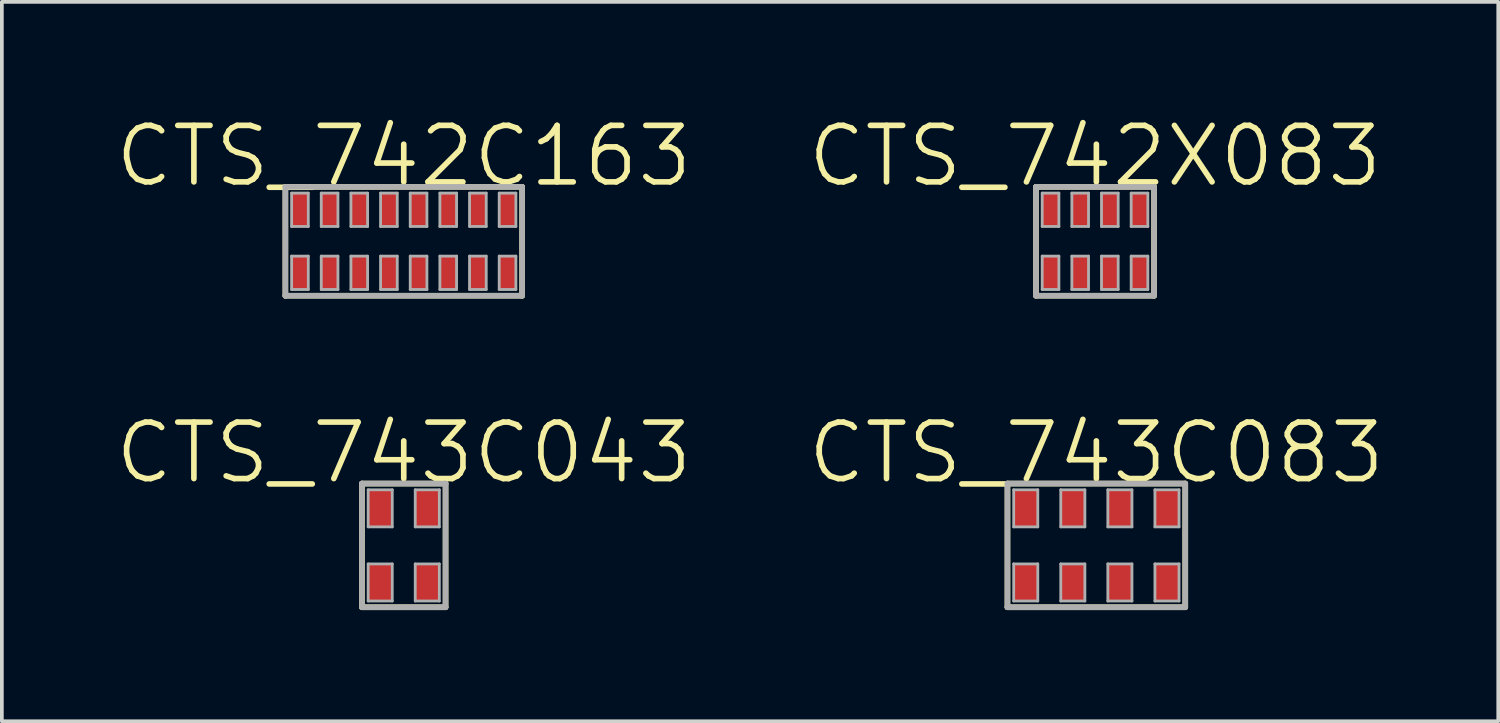
<source format=kicad_pcb>
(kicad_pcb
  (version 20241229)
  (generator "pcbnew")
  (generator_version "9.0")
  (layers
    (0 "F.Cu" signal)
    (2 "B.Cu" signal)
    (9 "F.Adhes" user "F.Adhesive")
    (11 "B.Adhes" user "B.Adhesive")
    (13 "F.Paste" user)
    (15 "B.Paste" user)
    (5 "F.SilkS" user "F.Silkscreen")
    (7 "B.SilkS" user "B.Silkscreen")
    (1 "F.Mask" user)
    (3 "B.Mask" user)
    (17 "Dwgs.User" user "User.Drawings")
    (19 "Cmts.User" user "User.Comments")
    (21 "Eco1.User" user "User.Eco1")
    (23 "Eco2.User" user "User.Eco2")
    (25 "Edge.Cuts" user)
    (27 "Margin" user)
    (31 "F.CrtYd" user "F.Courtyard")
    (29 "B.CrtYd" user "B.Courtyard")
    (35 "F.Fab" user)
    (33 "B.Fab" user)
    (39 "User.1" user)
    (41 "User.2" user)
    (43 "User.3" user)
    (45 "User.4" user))
  (footprint "CTS_742X083"
    (layer "F.Cu")
    (at 26.488 3.459)
    (property "Reference" "CTS_742X083" (at 0 -2.3 0) (layer "F.SilkS") (effects (font (size 1.524 1.524) (thickness 0.152))))
    (attr smd)
    (fp_line (start -1.593 -1.468) (end -1.593 1.468) (stroke (width 0.152) (type solid)) (layer "F.SilkS"))
    (fp_line (start -1.593 -1.468) (end 1.593 -1.468) (stroke (width 0.152) (type solid)) (layer "F.SilkS"))
    (fp_line (start 1.593 1.468) (end -1.593 1.468) (stroke (width 0.152) (type solid)) (layer "F.SilkS"))
    (fp_line (start 1.593 1.468) (end 1.593 -1.468) (stroke (width 0.152) (type solid)) (layer "F.SilkS"))
    (fp_line (start -1.593 -1.468) (end -1.593 1.468) (stroke (width 0.152) (type solid)) (layer "F.Fab"))
    (fp_line (start -1.593 -1.468) (end 1.593 -1.468) (stroke (width 0.152) (type solid)) (layer "F.Fab"))
    (fp_line (start -1.425 -1.3) (end -0.975 -1.3) (stroke (width 0.076) (type solid)) (layer "F.Fab"))
    (fp_line (start -1.425 -0.4) (end -1.425 -1.3) (stroke (width 0.076) (type solid)) (layer "F.Fab"))
    (fp_line (start -1.425 -0.4) (end -0.975 -0.4) (stroke (width 0.076) (type solid)) (layer "F.Fab"))
    (fp_line (start -1.425 0.4) (end -0.975 0.4) (stroke (width 0.076) (type solid)) (layer "F.Fab"))
    (fp_line (start -1.425 1.3) (end -1.425 0.4) (stroke (width 0.076) (type solid)) (layer "F.Fab"))
    (fp_line (start -1.425 1.3) (end -0.975 1.3) (stroke (width 0.076) (type solid)) (layer "F.Fab"))
    (fp_line (start -0.975 -0.4) (end -0.975 -1.3) (stroke (width 0.076) (type solid)) (layer "F.Fab"))
    (fp_line (start -0.975 1.3) (end -0.975 0.4) (stroke (width 0.076) (type solid)) (layer "F.Fab"))
    (fp_line (start -0.625 -1.3) (end -0.175 -1.3) (stroke (width 0.076) (type solid)) (layer "F.Fab"))
    (fp_line (start -0.625 -0.4) (end -0.625 -1.3) (stroke (width 0.076) (type solid)) (layer "F.Fab"))
    (fp_line (start -0.625 -0.4) (end -0.175 -0.4) (stroke (width 0.076) (type solid)) (layer "F.Fab"))
    (fp_line (start -0.625 0.4) (end -0.175 0.4) (stroke (width 0.076) (type solid)) (layer "F.Fab"))
    (fp_line (start -0.625 1.3) (end -0.625 0.4) (stroke (width 0.076) (type solid)) (layer "F.Fab"))
    (fp_line (start -0.625 1.3) (end -0.175 1.3) (stroke (width 0.076) (type solid)) (layer "F.Fab"))
    (fp_line (start -0.175 -0.4) (end -0.175 -1.3) (stroke (width 0.076) (type solid)) (layer "F.Fab"))
    (fp_line (start -0.175 1.3) (end -0.175 0.4) (stroke (width 0.076) (type solid)) (layer "F.Fab"))
    (fp_line (start 0.175 -1.3) (end 0.625 -1.3) (stroke (width 0.076) (type solid)) (layer "F.Fab"))
    (fp_line (start 0.175 -0.4) (end 0.175 -1.3) (stroke (width 0.076) (type solid)) (layer "F.Fab"))
    (fp_line (start 0.175 -0.4) (end 0.625 -0.4) (stroke (width 0.076) (type solid)) (layer "F.Fab"))
    (fp_line (start 0.175 0.4) (end 0.625 0.4) (stroke (width 0.076) (type solid)) (layer "F.Fab"))
    (fp_line (start 0.175 1.3) (end 0.175 0.4) (stroke (width 0.076) (type solid)) (layer "F.Fab"))
    (fp_line (start 0.175 1.3) (end 0.625 1.3) (stroke (width 0.076) (type solid)) (layer "F.Fab"))
    (fp_line (start 0.625 -0.4) (end 0.625 -1.3) (stroke (width 0.076) (type solid)) (layer "F.Fab"))
    (fp_line (start 0.625 1.3) (end 0.625 0.4) (stroke (width 0.076) (type solid)) (layer "F.Fab"))
    (fp_line (start 0.975 -1.3) (end 1.425 -1.3) (stroke (width 0.076) (type solid)) (layer "F.Fab"))
    (fp_line (start 0.975 -0.4) (end 0.975 -1.3) (stroke (width 0.076) (type solid)) (layer "F.Fab"))
    (fp_line (start 0.975 -0.4) (end 1.425 -0.4) (stroke (width 0.076) (type solid)) (layer "F.Fab"))
    (fp_line (start 0.975 0.4) (end 1.425 0.4) (stroke (width 0.076) (type solid)) (layer "F.Fab"))
    (fp_line (start 0.975 1.3) (end 0.975 0.4) (stroke (width 0.076) (type solid)) (layer "F.Fab"))
    (fp_line (start 0.975 1.3) (end 1.425 1.3) (stroke (width 0.076) (type solid)) (layer "F.Fab"))
    (fp_line (start 1.425 -0.4) (end 1.425 -1.3) (stroke (width 0.076) (type solid)) (layer "F.Fab"))
    (fp_line (start 1.425 1.3) (end 1.425 0.4) (stroke (width 0.076) (type solid)) (layer "F.Fab"))
    (fp_line (start 1.593 1.468) (end -1.593 1.468) (stroke (width 0.152) (type solid)) (layer "F.Fab"))
    (fp_line (start 1.593 1.468) (end 1.593 -1.468) (stroke (width 0.152) (type solid)) (layer "F.Fab"))
    (pad "1" smd rect (at -1.2 0.85) (size 0.45 0.9) (layers "F.Cu" "F.Mask" "F.Paste"))
    (pad "2" smd rect (at -0.4 0.85) (size 0.45 0.9) (layers "F.Cu" "F.Mask" "F.Paste"))
    (pad "3" smd rect (at 0.4 0.85) (size 0.45 0.9) (layers "F.Cu" "F.Mask" "F.Paste"))
    (pad "4" smd rect (at 1.2 0.85) (size 0.45 0.9) (layers "F.Cu" "F.Mask" "F.Paste"))
    (pad "5" smd rect (at 1.2 -0.85) (size 0.45 0.9) (layers "F.Cu" "F.Mask" "F.Paste"))
    (pad "6" smd rect (at 0.4 -0.85) (size 0.45 0.9) (layers "F.Cu" "F.Mask" "F.Paste"))
    (pad "7" smd rect (at -0.4 -0.85) (size 0.45 0.9) (layers "F.Cu" "F.Mask" "F.Paste"))
    (pad "8" smd rect (at -1.2 -0.85) (size 0.45 0.9) (layers "F.Cu" "F.Mask" "F.Paste")))
  (footprint "CTS_743C083"
    (layer "F.Cu")
    (at 26.524 11.662)
    (property "Reference" "CTS_743C083" (at 0 -2.5 0) (layer "F.SilkS") (effects (font (size 1.524 1.524) (thickness 0.152))))
    (attr smd)
    (fp_line (start -2.398 -1.668) (end -2.398 1.668) (stroke (width 0.152) (type solid)) (layer "F.SilkS"))
    (fp_line (start -2.398 -1.668) (end 2.398 -1.668) (stroke (width 0.152) (type solid)) (layer "F.SilkS"))
    (fp_line (start 2.398 1.668) (end -2.398 1.668) (stroke (width 0.152) (type solid)) (layer "F.SilkS"))
    (fp_line (start 2.398 1.668) (end 2.398 -1.668) (stroke (width 0.152) (type solid)) (layer "F.SilkS"))
    (fp_line (start -2.398 -1.668) (end -2.398 1.668) (stroke (width 0.152) (type solid)) (layer "F.Fab"))
    (fp_line (start -2.398 -1.668) (end 2.398 -1.668) (stroke (width 0.152) (type solid)) (layer "F.Fab"))
    (fp_line (start -2.23 -1.5) (end -1.58 -1.5) (stroke (width 0.076) (type solid)) (layer "F.Fab"))
    (fp_line (start -2.23 -0.5) (end -2.23 -1.5) (stroke (width 0.076) (type solid)) (layer "F.Fab"))
    (fp_line (start -2.23 -0.5) (end -1.58 -0.5) (stroke (width 0.076) (type solid)) (layer "F.Fab"))
    (fp_line (start -2.23 0.5) (end -1.58 0.5) (stroke (width 0.076) (type solid)) (layer "F.Fab"))
    (fp_line (start -2.23 1.5) (end -2.23 0.5) (stroke (width 0.076) (type solid)) (layer "F.Fab"))
    (fp_line (start -2.23 1.5) (end -1.58 1.5) (stroke (width 0.076) (type solid)) (layer "F.Fab"))
    (fp_line (start -1.58 -0.5) (end -1.58 -1.5) (stroke (width 0.076) (type solid)) (layer "F.Fab"))
    (fp_line (start -1.58 1.5) (end -1.58 0.5) (stroke (width 0.076) (type solid)) (layer "F.Fab"))
    (fp_line (start -0.96 -1.5) (end -0.31 -1.5) (stroke (width 0.076) (type solid)) (layer "F.Fab"))
    (fp_line (start -0.96 -0.5) (end -0.96 -1.5) (stroke (width 0.076) (type solid)) (layer "F.Fab"))
    (fp_line (start -0.96 -0.5) (end -0.31 -0.5) (stroke (width 0.076) (type solid)) (layer "F.Fab"))
    (fp_line (start -0.96 0.5) (end -0.31 0.5) (stroke (width 0.076) (type solid)) (layer "F.Fab"))
    (fp_line (start -0.96 1.5) (end -0.96 0.5) (stroke (width 0.076) (type solid)) (layer "F.Fab"))
    (fp_line (start -0.96 1.5) (end -0.31 1.5) (stroke (width 0.076) (type solid)) (layer "F.Fab"))
    (fp_line (start -0.31 -0.5) (end -0.31 -1.5) (stroke (width 0.076) (type solid)) (layer "F.Fab"))
    (fp_line (start -0.31 1.5) (end -0.31 0.5) (stroke (width 0.076) (type solid)) (layer "F.Fab"))
    (fp_line (start 0.31 -1.5) (end 0.96 -1.5) (stroke (width 0.076) (type solid)) (layer "F.Fab"))
    (fp_line (start 0.31 -0.5) (end 0.31 -1.5) (stroke (width 0.076) (type solid)) (layer "F.Fab"))
    (fp_line (start 0.31 -0.5) (end 0.96 -0.5) (stroke (width 0.076) (type solid)) (layer "F.Fab"))
    (fp_line (start 0.31 0.5) (end 0.96 0.5) (stroke (width 0.076) (type solid)) (layer "F.Fab"))
    (fp_line (start 0.31 1.5) (end 0.31 0.5) (stroke (width 0.076) (type solid)) (layer "F.Fab"))
    (fp_line (start 0.31 1.5) (end 0.96 1.5) (stroke (width 0.076) (type solid)) (layer "F.Fab"))
    (fp_line (start 0.96 -0.5) (end 0.96 -1.5) (stroke (width 0.076) (type solid)) (layer "F.Fab"))
    (fp_line (start 0.96 1.5) (end 0.96 0.5) (stroke (width 0.076) (type solid)) (layer "F.Fab"))
    (fp_line (start 1.58 -1.5) (end 2.23 -1.5) (stroke (width 0.076) (type solid)) (layer "F.Fab"))
    (fp_line (start 1.58 -0.5) (end 1.58 -1.5) (stroke (width 0.076) (type solid)) (layer "F.Fab"))
    (fp_line (start 1.58 -0.5) (end 2.23 -0.5) (stroke (width 0.076) (type solid)) (layer "F.Fab"))
    (fp_line (start 1.58 0.5) (end 2.23 0.5) (stroke (width 0.076) (type solid)) (layer "F.Fab"))
    (fp_line (start 1.58 1.5) (end 1.58 0.5) (stroke (width 0.076) (type solid)) (layer "F.Fab"))
    (fp_line (start 1.58 1.5) (end 2.23 1.5) (stroke (width 0.076) (type solid)) (layer "F.Fab"))
    (fp_line (start 2.23 -0.5) (end 2.23 -1.5) (stroke (width 0.076) (type solid)) (layer "F.Fab"))
    (fp_line (start 2.23 1.5) (end 2.23 0.5) (stroke (width 0.076) (type solid)) (layer "F.Fab"))
    (fp_line (start 2.398 1.668) (end -2.398 1.668) (stroke (width 0.152) (type solid)) (layer "F.Fab"))
    (fp_line (start 2.398 1.668) (end 2.398 -1.668) (stroke (width 0.152) (type solid)) (layer "F.Fab"))
    (pad "1" smd rect (at -1.905 1) (size 0.65 1) (layers "F.Cu" "F.Mask" "F.Paste"))
    (pad "2" smd rect (at -0.635 1) (size 0.65 1) (layers "F.Cu" "F.Mask" "F.Paste"))
    (pad "3" smd rect (at 0.635 1) (size 0.65 1) (layers "F.Cu" "F.Mask" "F.Paste"))
    (pad "4" smd rect (at 1.905 1) (size 0.65 1) (layers "F.Cu" "F.Mask" "F.Paste"))
    (pad "5" smd rect (at 1.905 -1) (size 0.65 1) (layers "F.Cu" "F.Mask" "F.Paste"))
    (pad "6" smd rect (at 0.635 -1) (size 0.65 1) (layers "F.Cu" "F.Mask" "F.Paste"))
    (pad "7" smd rect (at -0.635 -1) (size 0.65 1) (layers "F.Cu" "F.Mask" "F.Paste"))
    (pad "8" smd rect (at -1.905 -1) (size 0.65 1) (layers "F.Cu" "F.Mask" "F.Paste")))
  (footprint "CTS_742C163"
    (layer "F.Cu")
    (at 7.841 3.459)
    (property "Reference" "CTS_742C163" (at 0 -2.3 0) (layer "F.SilkS") (effects (font (size 1.524 1.524) (thickness 0.152))))
    (attr smd)
    (fp_line (start -3.193 -1.468) (end -3.193 1.468) (stroke (width 0.152) (type solid)) (layer "F.SilkS"))
    (fp_line (start -3.193 -1.468) (end 3.193 -1.468) (stroke (width 0.152) (type solid)) (layer "F.SilkS"))
    (fp_line (start 3.193 1.468) (end -3.193 1.468) (stroke (width 0.152) (type solid)) (layer "F.SilkS"))
    (fp_line (start 3.193 1.468) (end 3.193 -1.468) (stroke (width 0.152) (type solid)) (layer "F.SilkS"))
    (fp_line (start -3.193 -1.468) (end -3.193 1.468) (stroke (width 0.152) (type solid)) (layer "F.Fab"))
    (fp_line (start -3.193 -1.468) (end 3.193 -1.468) (stroke (width 0.152) (type solid)) (layer "F.Fab"))
    (fp_line (start -3.025 -1.3) (end -2.575 -1.3) (stroke (width 0.076) (type solid)) (layer "F.Fab"))
    (fp_line (start -3.025 -0.4) (end -3.025 -1.3) (stroke (width 0.076) (type solid)) (layer "F.Fab"))
    (fp_line (start -3.025 -0.4) (end -2.575 -0.4) (stroke (width 0.076) (type solid)) (layer "F.Fab"))
    (fp_line (start -3.025 0.4) (end -2.575 0.4) (stroke (width 0.076) (type solid)) (layer "F.Fab"))
    (fp_line (start -3.025 1.3) (end -3.025 0.4) (stroke (width 0.076) (type solid)) (layer "F.Fab"))
    (fp_line (start -3.025 1.3) (end -2.575 1.3) (stroke (width 0.076) (type solid)) (layer "F.Fab"))
    (fp_line (start -2.575 -0.4) (end -2.575 -1.3) (stroke (width 0.076) (type solid)) (layer "F.Fab"))
    (fp_line (start -2.575 1.3) (end -2.575 0.4) (stroke (width 0.076) (type solid)) (layer "F.Fab"))
    (fp_line (start -2.225 -1.3) (end -1.775 -1.3) (stroke (width 0.076) (type solid)) (layer "F.Fab"))
    (fp_line (start -2.225 -0.4) (end -2.225 -1.3) (stroke (width 0.076) (type solid)) (layer "F.Fab"))
    (fp_line (start -2.225 -0.4) (end -1.775 -0.4) (stroke (width 0.076) (type solid)) (layer "F.Fab"))
    (fp_line (start -2.225 0.4) (end -1.775 0.4) (stroke (width 0.076) (type solid)) (layer "F.Fab"))
    (fp_line (start -2.225 1.3) (end -2.225 0.4) (stroke (width 0.076) (type solid)) (layer "F.Fab"))
    (fp_line (start -2.225 1.3) (end -1.775 1.3) (stroke (width 0.076) (type solid)) (layer "F.Fab"))
    (fp_line (start -1.775 -0.4) (end -1.775 -1.3) (stroke (width 0.076) (type solid)) (layer "F.Fab"))
    (fp_line (start -1.775 1.3) (end -1.775 0.4) (stroke (width 0.076) (type solid)) (layer "F.Fab"))
    (fp_line (start -1.425 -1.3) (end -0.975 -1.3) (stroke (width 0.076) (type solid)) (layer "F.Fab"))
    (fp_line (start -1.425 -0.4) (end -1.425 -1.3) (stroke (width 0.076) (type solid)) (layer "F.Fab"))
    (fp_line (start -1.425 -0.4) (end -0.975 -0.4) (stroke (width 0.076) (type solid)) (layer "F.Fab"))
    (fp_line (start -1.425 0.4) (end -0.975 0.4) (stroke (width 0.076) (type solid)) (layer "F.Fab"))
    (fp_line (start -1.425 1.3) (end -1.425 0.4) (stroke (width 0.076) (type solid)) (layer "F.Fab"))
    (fp_line (start -1.425 1.3) (end -0.975 1.3) (stroke (width 0.076) (type solid)) (layer "F.Fab"))
    (fp_line (start -0.975 -0.4) (end -0.975 -1.3) (stroke (width 0.076) (type solid)) (layer "F.Fab"))
    (fp_line (start -0.975 1.3) (end -0.975 0.4) (stroke (width 0.076) (type solid)) (layer "F.Fab"))
    (fp_line (start -0.625 -1.3) (end -0.175 -1.3) (stroke (width 0.076) (type solid)) (layer "F.Fab"))
    (fp_line (start -0.625 -0.4) (end -0.625 -1.3) (stroke (width 0.076) (type solid)) (layer "F.Fab"))
    (fp_line (start -0.625 -0.4) (end -0.175 -0.4) (stroke (width 0.076) (type solid)) (layer "F.Fab"))
    (fp_line (start -0.625 0.4) (end -0.175 0.4) (stroke (width 0.076) (type solid)) (layer "F.Fab"))
    (fp_line (start -0.625 1.3) (end -0.625 0.4) (stroke (width 0.076) (type solid)) (layer "F.Fab"))
    (fp_line (start -0.625 1.3) (end -0.175 1.3) (stroke (width 0.076) (type solid)) (layer "F.Fab"))
    (fp_line (start -0.175 -0.4) (end -0.175 -1.3) (stroke (width 0.076) (type solid)) (layer "F.Fab"))
    (fp_line (start -0.175 1.3) (end -0.175 0.4) (stroke (width 0.076) (type solid)) (layer "F.Fab"))
    (fp_line (start 0.175 -1.3) (end 0.625 -1.3) (stroke (width 0.076) (type solid)) (layer "F.Fab"))
    (fp_line (start 0.175 -0.4) (end 0.175 -1.3) (stroke (width 0.076) (type solid)) (layer "F.Fab"))
    (fp_line (start 0.175 -0.4) (end 0.625 -0.4) (stroke (width 0.076) (type solid)) (layer "F.Fab"))
    (fp_line (start 0.175 0.4) (end 0.625 0.4) (stroke (width 0.076) (type solid)) (layer "F.Fab"))
    (fp_line (start 0.175 1.3) (end 0.175 0.4) (stroke (width 0.076) (type solid)) (layer "F.Fab"))
    (fp_line (start 0.175 1.3) (end 0.625 1.3) (stroke (width 0.076) (type solid)) (layer "F.Fab"))
    (fp_line (start 0.625 -0.4) (end 0.625 -1.3) (stroke (width 0.076) (type solid)) (layer "F.Fab"))
    (fp_line (start 0.625 1.3) (end 0.625 0.4) (stroke (width 0.076) (type solid)) (layer "F.Fab"))
    (fp_line (start 0.975 -1.3) (end 1.425 -1.3) (stroke (width 0.076) (type solid)) (layer "F.Fab"))
    (fp_line (start 0.975 -0.4) (end 0.975 -1.3) (stroke (width 0.076) (type solid)) (layer "F.Fab"))
    (fp_line (start 0.975 -0.4) (end 1.425 -0.4) (stroke (width 0.076) (type solid)) (layer "F.Fab"))
    (fp_line (start 0.975 0.4) (end 1.425 0.4) (stroke (width 0.076) (type solid)) (layer "F.Fab"))
    (fp_line (start 0.975 1.3) (end 0.975 0.4) (stroke (width 0.076) (type solid)) (layer "F.Fab"))
    (fp_line (start 0.975 1.3) (end 1.425 1.3) (stroke (width 0.076) (type solid)) (layer "F.Fab"))
    (fp_line (start 1.425 -0.4) (end 1.425 -1.3) (stroke (width 0.076) (type solid)) (layer "F.Fab"))
    (fp_line (start 1.425 1.3) (end 1.425 0.4) (stroke (width 0.076) (type solid)) (layer "F.Fab"))
    (fp_line (start 1.775 -1.3) (end 2.225 -1.3) (stroke (width 0.076) (type solid)) (layer "F.Fab"))
    (fp_line (start 1.775 -0.4) (end 1.775 -1.3) (stroke (width 0.076) (type solid)) (layer "F.Fab"))
    (fp_line (start 1.775 -0.4) (end 2.225 -0.4) (stroke (width 0.076) (type solid)) (layer "F.Fab"))
    (fp_line (start 1.775 0.4) (end 2.225 0.4) (stroke (width 0.076) (type solid)) (layer "F.Fab"))
    (fp_line (start 1.775 1.3) (end 1.775 0.4) (stroke (width 0.076) (type solid)) (layer "F.Fab"))
    (fp_line (start 1.775 1.3) (end 2.225 1.3) (stroke (width 0.076) (type solid)) (layer "F.Fab"))
    (fp_line (start 2.225 -0.4) (end 2.225 -1.3) (stroke (width 0.076) (type solid)) (layer "F.Fab"))
    (fp_line (start 2.225 1.3) (end 2.225 0.4) (stroke (width 0.076) (type solid)) (layer "F.Fab"))
    (fp_line (start 2.575 -1.3) (end 3.025 -1.3) (stroke (width 0.076) (type solid)) (layer "F.Fab"))
    (fp_line (start 2.575 -0.4) (end 2.575 -1.3) (stroke (width 0.076) (type solid)) (layer "F.Fab"))
    (fp_line (start 2.575 -0.4) (end 3.025 -0.4) (stroke (width 0.076) (type solid)) (layer "F.Fab"))
    (fp_line (start 2.575 0.4) (end 3.025 0.4) (stroke (width 0.076) (type solid)) (layer "F.Fab"))
    (fp_line (start 2.575 1.3) (end 2.575 0.4) (stroke (width 0.076) (type solid)) (layer "F.Fab"))
    (fp_line (start 2.575 1.3) (end 3.025 1.3) (stroke (width 0.076) (type solid)) (layer "F.Fab"))
    (fp_line (start 3.025 -0.4) (end 3.025 -1.3) (stroke (width 0.076) (type solid)) (layer "F.Fab"))
    (fp_line (start 3.025 1.3) (end 3.025 0.4) (stroke (width 0.076) (type solid)) (layer "F.Fab"))
    (fp_line (start 3.193 1.468) (end -3.193 1.468) (stroke (width 0.152) (type solid)) (layer "F.Fab"))
    (fp_line (start 3.193 1.468) (end 3.193 -1.468) (stroke (width 0.152) (type solid)) (layer "F.Fab"))
    (pad "1" smd rect (at -2.8 0.85) (size 0.45 0.9) (layers "F.Cu" "F.Mask" "F.Paste"))
    (pad "2" smd rect (at -2 0.85) (size 0.45 0.9) (layers "F.Cu" "F.Mask" "F.Paste"))
    (pad "3" smd rect (at -1.2 0.85) (size 0.45 0.9) (layers "F.Cu" "F.Mask" "F.Paste"))
    (pad "4" smd rect (at -0.4 0.85) (size 0.45 0.9) (layers "F.Cu" "F.Mask" "F.Paste"))
    (pad "5" smd rect (at 0.4 0.85) (size 0.45 0.9) (layers "F.Cu" "F.Mask" "F.Paste"))
    (pad "6" smd rect (at 1.2 0.85) (size 0.45 0.9) (layers "F.Cu" "F.Mask" "F.Paste"))
    (pad "7" smd rect (at 2 0.85) (size 0.45 0.9) (layers "F.Cu" "F.Mask" "F.Paste"))
    (pad "8" smd rect (at 2.8 0.85) (size 0.45 0.9) (layers "F.Cu" "F.Mask" "F.Paste"))
    (pad "9" smd rect (at 2.8 -0.85) (size 0.45 0.9) (layers "F.Cu" "F.Mask" "F.Paste"))
    (pad "10" smd rect (at 2 -0.85) (size 0.45 0.9) (layers "F.Cu" "F.Mask" "F.Paste"))
    (pad "11" smd rect (at 1.2 -0.85) (size 0.45 0.9) (layers "F.Cu" "F.Mask" "F.Paste"))
    (pad "12" smd rect (at 0.4 -0.85) (size 0.45 0.9) (layers "F.Cu" "F.Mask" "F.Paste"))
    (pad "13" smd rect (at -0.4 -0.85) (size 0.45 0.9) (layers "F.Cu" "F.Mask" "F.Paste"))
    (pad "14" smd rect (at -1.2 -0.85) (size 0.45 0.9) (layers "F.Cu" "F.Mask" "F.Paste"))
    (pad "15" smd rect (at -2 -0.85) (size 0.45 0.9) (layers "F.Cu" "F.Mask" "F.Paste"))
    (pad "16" smd rect (at -2.8 -0.85) (size 0.45 0.9) (layers "F.Cu" "F.Mask" "F.Paste")))
  (footprint "CTS_743C043"
    (layer "F.Cu")
    (at 7.841 11.662)
    (property "Reference" "CTS_743C043" (at 0 -2.5 0) (layer "F.SilkS") (effects (font (size 1.524 1.524) (thickness 0.152))))
    (attr smd)
    (fp_line (start -1.128 -1.668) (end -1.128 1.668) (stroke (width 0.152) (type solid)) (layer "F.SilkS"))
    (fp_line (start -1.128 -1.668) (end 1.128 -1.668) (stroke (width 0.152) (type solid)) (layer "F.SilkS"))
    (fp_line (start 1.128 1.668) (end -1.128 1.668) (stroke (width 0.152) (type solid)) (layer "F.SilkS"))
    (fp_line (start 1.128 1.668) (end 1.128 -1.668) (stroke (width 0.152) (type solid)) (layer "F.SilkS"))
    (fp_line (start -1.128 -1.668) (end -1.128 1.668) (stroke (width 0.152) (type solid)) (layer "F.Fab"))
    (fp_line (start -1.128 -1.668) (end 1.128 -1.668) (stroke (width 0.152) (type solid)) (layer "F.Fab"))
    (fp_line (start -0.96 -1.5) (end -0.31 -1.5) (stroke (width 0.076) (type solid)) (layer "F.Fab"))
    (fp_line (start -0.96 -0.5) (end -0.96 -1.5) (stroke (width 0.076) (type solid)) (layer "F.Fab"))
    (fp_line (start -0.96 -0.5) (end -0.31 -0.5) (stroke (width 0.076) (type solid)) (layer "F.Fab"))
    (fp_line (start -0.96 0.5) (end -0.31 0.5) (stroke (width 0.076) (type solid)) (layer "F.Fab"))
    (fp_line (start -0.96 1.5) (end -0.96 0.5) (stroke (width 0.076) (type solid)) (layer "F.Fab"))
    (fp_line (start -0.96 1.5) (end -0.31 1.5) (stroke (width 0.076) (type solid)) (layer "F.Fab"))
    (fp_line (start -0.31 -0.5) (end -0.31 -1.5) (stroke (width 0.076) (type solid)) (layer "F.Fab"))
    (fp_line (start -0.31 1.5) (end -0.31 0.5) (stroke (width 0.076) (type solid)) (layer "F.Fab"))
    (fp_line (start 0.31 -1.5) (end 0.96 -1.5) (stroke (width 0.076) (type solid)) (layer "F.Fab"))
    (fp_line (start 0.31 -0.5) (end 0.31 -1.5) (stroke (width 0.076) (type solid)) (layer "F.Fab"))
    (fp_line (start 0.31 -0.5) (end 0.96 -0.5) (stroke (width 0.076) (type solid)) (layer "F.Fab"))
    (fp_line (start 0.31 0.5) (end 0.96 0.5) (stroke (width 0.076) (type solid)) (layer "F.Fab"))
    (fp_line (start 0.31 1.5) (end 0.31 0.5) (stroke (width 0.076) (type solid)) (layer "F.Fab"))
    (fp_line (start 0.31 1.5) (end 0.96 1.5) (stroke (width 0.076) (type solid)) (layer "F.Fab"))
    (fp_line (start 0.96 -0.5) (end 0.96 -1.5) (stroke (width 0.076) (type solid)) (layer "F.Fab"))
    (fp_line (start 0.96 1.5) (end 0.96 0.5) (stroke (width 0.076) (type solid)) (layer "F.Fab"))
    (fp_line (start 1.128 1.668) (end -1.128 1.668) (stroke (width 0.152) (type solid)) (layer "F.Fab"))
    (fp_line (start 1.128 1.668) (end 1.128 -1.668) (stroke (width 0.152) (type solid)) (layer "F.Fab"))
    (pad "1" smd rect (at -0.635 1) (size 0.65 1) (layers "F.Cu" "F.Mask" "F.Paste"))
    (pad "2" smd rect (at 0.635 1) (size 0.65 1) (layers "F.Cu" "F.Mask" "F.Paste"))
    (pad "3" smd rect (at 0.635 -1) (size 0.65 1) (layers "F.Cu" "F.Mask" "F.Paste"))
    (pad "4" smd rect (at -0.635 -1) (size 0.65 1) (layers "F.Cu" "F.Mask" "F.Paste")))
  (gr_rect
    (start -3 -3)
    (end 37.365 16.406)
    (stroke (width 0.1) (type default))
    (fill no)
    (layer "Edge.Cuts")))
</source>
